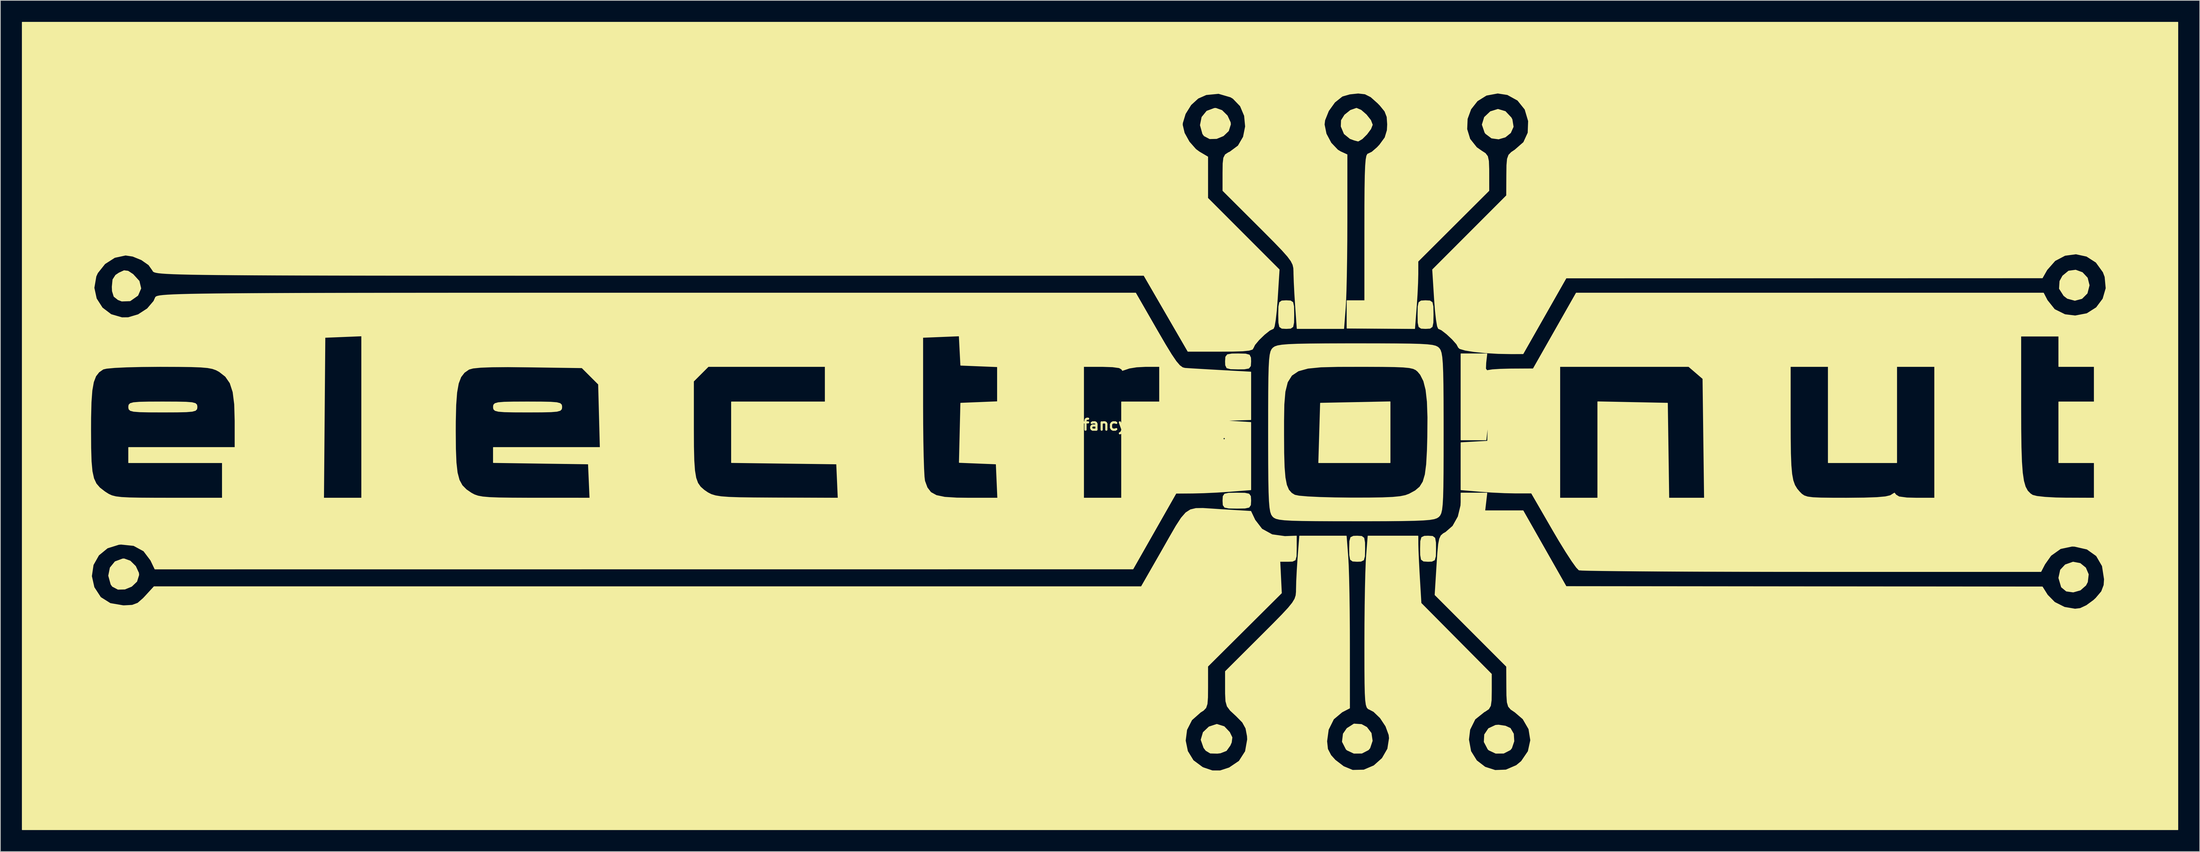
<source format=kicad_pcb>
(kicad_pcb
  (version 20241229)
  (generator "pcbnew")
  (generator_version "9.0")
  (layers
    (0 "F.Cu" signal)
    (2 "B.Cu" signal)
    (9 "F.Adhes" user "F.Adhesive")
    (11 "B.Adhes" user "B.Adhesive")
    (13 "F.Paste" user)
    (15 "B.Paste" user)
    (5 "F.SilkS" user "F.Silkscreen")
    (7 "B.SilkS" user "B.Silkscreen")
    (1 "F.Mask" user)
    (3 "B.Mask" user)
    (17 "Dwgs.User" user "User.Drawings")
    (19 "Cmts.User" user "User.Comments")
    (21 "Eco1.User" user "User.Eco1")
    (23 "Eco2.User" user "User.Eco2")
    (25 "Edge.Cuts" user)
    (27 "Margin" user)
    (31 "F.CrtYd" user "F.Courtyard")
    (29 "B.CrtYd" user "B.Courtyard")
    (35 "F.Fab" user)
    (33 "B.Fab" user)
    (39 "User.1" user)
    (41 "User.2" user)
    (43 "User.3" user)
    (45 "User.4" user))
  (footprint "logo-fancy-sm"
    (layer "F.Cu")
    (at 149.981 56.142)
    (property "Reference" "logo-fancy-sm" (at 0 0 0) (layer "F.SilkS") (effects (font (size 1.524 1.524) (thickness 0.3))))
    (attr through_hole)
    (fp_poly (pts (xy 40.569 5.292) (xy 35.598 5.292) (xy 30.627 5.292) (xy 30.751 1.147) (xy 30.875 -2.999) (xy 35.722 -3.097) (xy 40.569 -3.195) (xy 40.569 1.048) (xy 40.569 5.292)) (stroke (width 0.1) (type solid)) (fill yes) (layer "F.SilkS"))
    (fp_poly (pts (xy 137.936 -19.432) (xy 137.65 -18.32) (xy 136.922 -17.593) (xy 135.942 -17.33) (xy 134.904 -17.609) (xy 134.408 -17.992) (xy 133.788 -18.966) (xy 133.855 -20.008) (xy 134.252 -20.735) (xy 135.073 -21.41) (xy 136.049 -21.542) (xy 136.983 -21.202) (xy 137.677 -20.459) (xy 137.936 -19.432)) (stroke (width 0.1) (type solid)) (fill yes) (layer "F.SilkS"))
    (fp_poly (pts (xy 38.087 44.052) (xy 37.752 45.055) (xy 37.546 45.307) (xy 36.633 45.778) (xy 35.533 45.787) (xy 34.58 45.342) (xy 34.451 45.216) (xy 33.923 44.179) (xy 34.055 43.082) (xy 34.572 42.333) (xy 35.547 41.713) (xy 36.588 41.78) (xy 37.316 42.177) (xy 37.934 42.992) (xy 38.087 44.052)) (stroke (width 0.1) (type solid)) (fill yes) (layer "F.SilkS"))
    (fp_poly (pts (xy 57.718 -41.527) (xy 57.345 -40.688) (xy 56.607 -40.094) (xy 55.674 -39.823) (xy 54.712 -39.956) (xy 53.889 -40.573) (xy 53.777 -40.729) (xy 53.404 -41.822) (xy 53.716 -42.844) (xy 54.545 -43.627) (xy 55.594 -43.952) (xy 56.613 -43.65) (xy 57.425 -42.788) (xy 57.558 -42.529) (xy 57.718 -41.527)) (stroke (width 0.1) (type solid)) (fill yes) (layer "F.SilkS"))
    (fp_poly (pts (xy 137.818 20.857) (xy 137.696 21.914) (xy 137.457 22.374) (xy 136.697 23.042) (xy 135.712 23.319) (xy 134.756 23.187) (xy 134.084 22.631) (xy 134.068 22.601) (xy 133.702 21.351) (xy 133.944 20.244) (xy 134.612 19.529) (xy 135.692 19.15) (xy 136.678 19.337) (xy 137.433 19.952) (xy 137.818 20.857)) (stroke (width 0.1) (type solid)) (fill yes) (layer "F.SilkS"))
    (fp_poly (pts (xy -133.703 20.936) (xy -133.986 21.841) (xy -134.7 22.522) (xy -135.638 22.91) (xy -136.596 22.936) (xy -137.369 22.529) (xy -137.571 22.248) (xy -137.903 21.044) (xy -137.682 19.934) (xy -137 19.096) (xy -135.947 18.706) (xy -135.741 18.697) (xy -134.902 19) (xy -134.155 19.738) (xy -133.732 20.656) (xy -133.703 20.936)) (stroke (width 0.1) (type solid)) (fill yes) (layer "F.SilkS"))
    (fp_poly (pts (xy 18.344 -41.859) (xy 18.061 -40.954) (xy 17.348 -40.272) (xy 16.409 -39.884) (xy 15.451 -39.859) (xy 14.678 -40.266) (xy 14.476 -40.546) (xy 14.144 -41.751) (xy 14.365 -42.86) (xy 15.047 -43.698) (xy 16.1 -44.088) (xy 16.306 -44.097) (xy 17.145 -43.794) (xy 17.892 -43.056) (xy 18.316 -42.139) (xy 18.344 -41.859)) (stroke (width 0.1) (type solid)) (fill yes) (layer "F.SilkS"))
    (fp_poly (pts (xy 18.553 43.587) (xy 18.466 44.271) (xy 18.282 44.696) (xy 17.761 45.42) (xy 16.946 45.741) (xy 16.511 45.793) (xy 15.538 45.769) (xy 14.924 45.401) (xy 14.632 45.016) (xy 14.248 43.911) (xy 14.55 42.885) (xy 15.355 42.118) (xy 16.436 41.761) (xy 17.457 42.081) (xy 18.206 42.87) (xy 18.553 43.587)) (stroke (width 0.1) (type solid)) (fill yes) (layer "F.SilkS"))
    (fp_poly (pts (xy 57.815 44.112) (xy 57.497 45.061) (xy 57.301 45.307) (xy 56.389 45.778) (xy 55.288 45.787) (xy 54.335 45.342) (xy 54.206 45.216) (xy 53.676 44.206) (xy 53.732 43.187) (xy 54.29 42.353) (xy 55.265 41.897) (xy 55.67 41.863) (xy 56.633 42.006) (xy 57.308 42.318) (xy 57.752 43.086) (xy 57.815 44.112)) (stroke (width 0.1) (type solid)) (fill yes) (layer "F.SilkS"))
    (fp_poly (pts (xy -133.419 -18.999) (xy -133.828 -18.049) (xy -133.874 -17.998) (xy -134.914 -17.268) (xy -136.067 -17.229) (xy -136.583 -17.426) (xy -137.152 -17.877) (xy -137.382 -18.625) (xy -137.407 -19.223) (xy -137.309 -20.226) (xy -136.919 -20.832) (xy -136.453 -21.146) (xy -135.748 -21.468) (xy -135.198 -21.398) (xy -134.513 -20.948) (xy -133.657 -20.009) (xy -133.419 -18.999)) (stroke (width 0.1) (type solid)) (fill yes) (layer "F.SilkS"))
    (fp_poly (pts (xy 21.167 -8.819) (xy 21.128 -8.193) (xy 20.891 -7.881) (xy 20.274 -7.773) (xy 19.403 -7.761) (xy 18.359 -7.784) (xy 17.838 -7.926) (xy 17.659 -8.297) (xy 17.639 -8.819) (xy 17.677 -9.446) (xy 17.914 -9.758) (xy 18.532 -9.866) (xy 19.403 -9.878) (xy 20.447 -9.855) (xy 20.968 -9.712) (xy 21.147 -9.342) (xy 21.167 -8.819)) (stroke (width 0.1) (type solid)) (fill yes) (layer "F.SilkS"))
    (fp_poly (pts (xy 37.042 17.286) (xy 37.019 18.33) (xy 36.876 18.851) (xy 36.506 19.03) (xy 35.983 19.05) (xy 35.357 19.011) (xy 35.044 18.775) (xy 34.937 18.157) (xy 34.925 17.286) (xy 34.948 16.242) (xy 35.09 15.721) (xy 35.461 15.542) (xy 35.983 15.522) (xy 36.61 15.561) (xy 36.922 15.798) (xy 37.03 16.415) (xy 37.042 17.286)) (stroke (width 0.1) (type solid)) (fill yes) (layer "F.SilkS"))
    (fp_poly (pts (xy 46.919 17.286) (xy 46.896 18.33) (xy 46.754 18.851) (xy 46.384 19.03) (xy 45.861 19.05) (xy 45.235 19.011) (xy 44.922 18.775) (xy 44.815 18.157) (xy 44.803 17.286) (xy 44.826 16.242) (xy 44.968 15.721) (xy 45.338 15.542) (xy 45.861 15.522) (xy 46.488 15.561) (xy 46.8 15.798) (xy 46.908 16.415) (xy 46.919 17.286)) (stroke (width 0.1) (type solid)) (fill yes) (layer "F.SilkS"))
    (fp_poly (pts (xy 38.1 -41.804) (xy 37.872 -41.226) (xy 37.33 -40.496) (xy 36.686 -39.853) (xy 36.152 -39.537) (xy 36.088 -39.533) (xy 35.57 -39.671) (xy 35.005 -39.878) (xy 34.184 -40.547) (xy 33.756 -41.573) (xy 33.787 -42.419) (xy 34.252 -43.165) (xy 35.058 -43.81) (xy 35.878 -44.097) (xy 35.901 -44.097) (xy 36.526 -43.83) (xy 37.258 -43.191) (xy 37.861 -42.428) (xy 38.1 -41.804)) (stroke (width 0.1) (type solid)) (fill yes) (layer "F.SilkS"))
    (fp_poly (pts (xy 21.167 10.583) (xy 21.134 11.188) (xy 20.921 11.503) (xy 20.352 11.623) (xy 19.256 11.642) (xy 19.226 11.642) (xy 18.117 11.624) (xy 17.54 11.507) (xy 17.321 11.198) (xy 17.286 10.6) (xy 17.286 10.583) (xy 17.319 9.978) (xy 17.532 9.663) (xy 18.1 9.544) (xy 19.197 9.525) (xy 19.226 9.525) (xy 20.336 9.543) (xy 20.913 9.659) (xy 21.132 9.969) (xy 21.167 10.567) (xy 21.167 10.583)) (stroke (width 0.1) (type solid)) (fill yes) (layer "F.SilkS"))
    (fp_poly (pts (xy 27.164 -15.346) (xy 27.146 -14.237) (xy 27.03 -13.659) (xy 26.72 -13.44) (xy 26.122 -13.406) (xy 26.106 -13.406) (xy 25.501 -13.438) (xy 25.186 -13.652) (xy 25.066 -14.22) (xy 25.047 -15.316) (xy 25.047 -15.346) (xy 25.065 -16.455) (xy 25.181 -17.032) (xy 25.491 -17.252) (xy 26.089 -17.286) (xy 26.106 -17.286) (xy 26.711 -17.254) (xy 27.026 -17.04) (xy 27.145 -16.472) (xy 27.164 -15.376) (xy 27.164 -15.346)) (stroke (width 0.1) (type solid)) (fill yes) (layer "F.SilkS"))
    (fp_poly (pts (xy 46.567 -15.346) (xy 46.549 -14.237) (xy 46.432 -13.659) (xy 46.123 -13.44) (xy 45.525 -13.406) (xy 45.508 -13.406) (xy 44.903 -13.438) (xy 44.588 -13.652) (xy 44.469 -14.22) (xy 44.45 -15.316) (xy 44.45 -15.346) (xy 44.468 -16.455) (xy 44.584 -17.032) (xy 44.894 -17.252) (xy 45.492 -17.286) (xy 45.508 -17.286) (xy 46.113 -17.254) (xy 46.428 -17.04) (xy 46.548 -16.472) (xy 46.567 -15.376) (xy 46.567 -15.346)) (stroke (width 0.1) (type solid)) (fill yes) (layer "F.SilkS"))
    (fp_poly (pts (xy -125.589 -2.469) (xy -125.627 -2.186) (xy -125.813 -1.991) (xy -126.26 -1.867) (xy -127.076 -1.799) (xy -128.372 -1.77) (xy -130.258 -1.764) (xy -130.351 -1.764) (xy -132.265 -1.769) (xy -133.584 -1.797) (xy -134.417 -1.863) (xy -134.877 -1.984) (xy -135.072 -2.176) (xy -135.114 -2.456) (xy -135.114 -2.469) (xy -135.076 -2.753) (xy -134.889 -2.948) (xy -134.443 -3.072) (xy -133.627 -3.14) (xy -132.331 -3.169) (xy -130.444 -3.175) (xy -130.351 -3.175) (xy -128.438 -3.169) (xy -127.119 -3.142) (xy -126.285 -3.076) (xy -125.826 -2.955) (xy -125.631 -2.763) (xy -125.589 -2.483) (xy -125.589 -2.469)) (stroke (width 0.1) (type solid)) (fill yes) (layer "F.SilkS"))
    (fp_poly (pts (xy -74.789 -2.469) (xy -74.827 -2.186) (xy -75.013 -1.991) (xy -75.46 -1.867) (xy -76.276 -1.799) (xy -77.572 -1.77) (xy -79.458 -1.764) (xy -79.551 -1.764) (xy -81.465 -1.769) (xy -82.784 -1.797) (xy -83.617 -1.863) (xy -84.077 -1.984) (xy -84.272 -2.176) (xy -84.314 -2.456) (xy -84.314 -2.469) (xy -84.276 -2.753) (xy -84.089 -2.948) (xy -83.643 -3.072) (xy -82.827 -3.14) (xy -81.531 -3.169) (xy -79.644 -3.175) (xy -79.551 -3.175) (xy -77.638 -3.169) (xy -76.319 -3.142) (xy -75.485 -3.076) (xy -75.026 -2.955) (xy -74.831 -2.763) (xy -74.789 -2.483) (xy -74.789 -2.469)) (stroke (width 0.1) (type solid)) (fill yes) (layer "F.SilkS"))
    (fp_poly (pts (xy 47.978 1.12) (xy 47.975 4.228) (xy 47.965 6.706) (xy 47.943 8.631) (xy 47.906 10.079) (xy 47.847 11.126) (xy 47.765 11.848) (xy 47.654 12.321) (xy 47.51 12.621) (xy 47.333 12.822) (xy 47.085 12.987) (xy 46.697 13.119) (xy 46.092 13.22) (xy 45.825 13.242) (xy 45.825 -1.04) (xy 45.75 -3.208) (xy 45.564 -4.86) (xy 45.252 -6.088) (xy 44.8 -6.984) (xy 44.431 -7.427) (xy 44.157 -7.657) (xy 43.791 -7.829) (xy 43.236 -7.951) (xy 42.395 -8.033) (xy 41.172 -8.082) (xy 39.468 -8.106) (xy 37.187 -8.114) (xy 36.319 -8.114) (xy 33.315 -8.109) (xy 30.942 -8.05) (xy 29.125 -7.87) (xy 27.791 -7.501) (xy 26.865 -6.879) (xy 26.273 -5.934) (xy 25.94 -4.601) (xy 25.791 -2.814) (xy 25.753 -0.504) (xy 25.753 1.377) (xy 25.769 3.954) (xy 25.829 5.921) (xy 25.949 7.369) (xy 26.147 8.393) (xy 26.441 9.087) (xy 26.846 9.545) (xy 27.292 9.818) (xy 27.894 9.94) (xy 29.097 10.045) (xy 30.796 10.128) (xy 32.889 10.184) (xy 35.048 10.207) (xy 37.581 10.205) (xy 39.511 10.177) (xy 40.94 10.115) (xy 41.971 10.013) (xy 42.707 9.864) (xy 43.229 9.671) (xy 44.082 9.209) (xy 44.714 8.673) (xy 45.161 7.954) (xy 45.46 6.942) (xy 45.644 5.527) (xy 45.752 3.599) (xy 45.803 1.736) (xy 45.825 -1.04) (xy 45.825 13.242) (xy 45.196 13.294) (xy 43.931 13.346) (xy 42.221 13.38) (xy 39.991 13.398) (xy 37.165 13.405) (xy 35.746 13.406) (xy 32.665 13.403) (xy 30.212 13.393) (xy 28.312 13.37) (xy 26.887 13.332) (xy 25.86 13.272) (xy 25.155 13.187) (xy 24.695 13.074) (xy 24.403 12.926) (xy 24.22 12.76) (xy 24.056 12.514) (xy 23.925 12.129) (xy 23.824 11.529) (xy 23.749 10.639) (xy 23.697 9.383) (xy 23.663 7.687) (xy 23.645 5.474) (xy 23.637 2.669) (xy 23.636 0.997) (xy 23.639 -2.111) (xy 23.649 -4.589) (xy 23.67 -6.515) (xy 23.708 -7.963) (xy 23.766 -9.01) (xy 23.849 -9.731) (xy 23.96 -10.204) (xy 24.104 -10.505) (xy 24.281 -10.705) (xy 24.529 -10.871) (xy 24.917 -11.002) (xy 25.521 -11.103) (xy 26.418 -11.178) (xy 27.683 -11.23) (xy 29.392 -11.263) (xy 31.623 -11.281) (xy 34.449 -11.288) (xy 35.868 -11.289) (xy 38.949 -11.286) (xy 41.401 -11.276) (xy 43.302 -11.254) (xy 44.727 -11.215) (xy 45.753 -11.155) (xy 46.458 -11.071) (xy 46.919 -10.957) (xy 47.211 -10.809) (xy 47.394 -10.644) (xy 47.558 -10.398) (xy 47.689 -10.012) (xy 47.79 -9.412) (xy 47.865 -8.522) (xy 47.917 -7.267) (xy 47.951 -5.57) (xy 47.969 -3.357) (xy 47.977 -0.552) (xy 47.978 1.12)) (stroke (width 0.1) (type solid)) (fill yes) (layer "F.SilkS"))
    (fp_poly (pts (xy 150.283 56.444) (xy 140.285 56.444) (xy 140.285 -19.018) (xy 140.138 -20.609) (xy 139.885 -21.276) (xy 138.9 -22.638) (xy 137.583 -23.482) (xy 136.088 -23.804) (xy 134.567 -23.601) (xy 133.172 -22.867) (xy 132.056 -21.599) (xy 131.993 -21.491) (xy 131.41 -20.466) (xy 98.249 -20.459) (xy 65.088 -20.452) (xy 62.089 -15.174) (xy 59.09 -9.895) (xy 57.503 -9.888) (xy 55.637 -9.922) (xy 53.849 -10.026) (xy 52.27 -10.186) (xy 51.033 -10.385) (xy 50.273 -10.608) (xy 50.094 -10.775) (xy 49.845 -11.239) (xy 49.233 -11.928) (xy 48.464 -12.647) (xy 47.744 -13.204) (xy 47.302 -13.406) (xy 47.165 -13.735) (xy 47.014 -14.631) (xy 46.867 -15.955) (xy 46.748 -17.509) (xy 46.491 -21.612) (xy 51.644 -26.773) (xy 56.797 -31.935) (xy 56.811 -34.753) (xy 56.829 -36.161) (xy 56.907 -37.044) (xy 57.102 -37.584) (xy 57.473 -37.962) (xy 57.947 -38.277) (xy 59.173 -39.347) (xy 59.785 -40.681) (xy 59.845 -42.321) (xy 59.362 -43.953) (xy 58.346 -45.218) (xy 56.92 -46.005) (xy 55.562 -46.214) (xy 53.978 -45.92) (xy 52.716 -45.133) (xy 51.816 -43.989) (xy 51.318 -42.628) (xy 51.259 -41.189) (xy 51.68 -39.809) (xy 52.618 -38.629) (xy 53.292 -38.157) (xy 53.833 -37.806) (xy 54.142 -37.397) (xy 54.284 -36.736) (xy 54.324 -35.631) (xy 54.326 -35.097) (xy 54.328 -32.622) (xy 49.389 -27.693) (xy 44.45 -22.764) (xy 44.448 -20.995) (xy 44.418 -19.76) (xy 44.341 -18.149) (xy 44.232 -16.488) (xy 44.219 -16.314) (xy 43.992 -13.401) (xy 39.282 -13.429) (xy 34.572 -13.456) (xy 34.572 -15.371) (xy 34.572 -17.286) (xy 35.807 -17.286) (xy 37.042 -17.286) (xy 37.042 -27.517) (xy 37.046 -30.534) (xy 37.063 -32.915) (xy 37.095 -34.73) (xy 37.146 -36.048) (xy 37.218 -36.938) (xy 37.315 -37.469) (xy 37.442 -37.711) (xy 37.534 -37.747) (xy 38.046 -37.995) (xy 38.772 -38.622) (xy 39.122 -38.994) (xy 39.864 -40.012) (xy 40.174 -41.034) (xy 40.217 -41.858) (xy 40.146 -42.902) (xy 39.841 -43.689) (xy 39.165 -44.52) (xy 38.847 -44.844) (xy 37.896 -45.692) (xy 37.085 -46.102) (xy 36.144 -46.209) (xy 36.113 -46.209) (xy 34.963 -46.089) (xy 33.964 -45.803) (xy 33.877 -45.763) (xy 32.856 -44.947) (xy 31.994 -43.744) (xy 31.473 -42.444) (xy 31.399 -41.84) (xy 31.665 -40.539) (xy 32.346 -39.26) (xy 33.273 -38.285) (xy 33.689 -38.036) (xy 34.572 -37.634) (xy 34.57 -28.43) (xy 34.561 -25.763) (xy 34.535 -23.161) (xy 34.496 -20.759) (xy 34.446 -18.692) (xy 34.387 -17.098) (xy 34.341 -16.316) (xy 34.115 -13.406) (xy 30.869 -13.406) (xy 27.622 -13.406) (xy 27.393 -16.635) (xy 27.288 -18.274) (xy 27.209 -19.828) (xy 27.167 -21.031) (xy 27.164 -21.314) (xy 27.143 -21.831) (xy 27.035 -22.307) (xy 26.776 -22.824) (xy 26.301 -23.467) (xy 25.543 -24.321) (xy 24.438 -25.47) (xy 22.921 -26.998) (xy 22.225 -27.693) (xy 17.286 -32.622) (xy 17.286 -35.099) (xy 17.303 -36.404) (xy 17.395 -37.186) (xy 17.623 -37.627) (xy 18.049 -37.909) (xy 18.265 -38.008) (xy 19.416 -38.864) (xy 20.139 -40.108) (xy 20.431 -41.565) (xy 20.291 -43.061) (xy 19.717 -44.421) (xy 18.707 -45.47) (xy 18.356 -45.679) (xy 16.684 -46.167) (xy 14.959 -46) (xy 13.825 -45.499) (xy 12.83 -44.589) (xy 12.047 -43.333) (xy 11.657 -42.042) (xy 11.642 -41.781) (xy 11.908 -40.651) (xy 12.587 -39.423) (xy 13.502 -38.381) (xy 13.998 -38.016) (xy 15.169 -37.325) (xy 15.169 -34.454) (xy 15.169 -31.582) (xy 20.146 -26.597) (xy 25.123 -21.612) (xy 24.866 -17.509) (xy 24.742 -15.902) (xy 24.595 -14.591) (xy 24.444 -13.713) (xy 24.312 -13.406) (xy 23.803 -13.165) (xy 23.065 -12.577) (xy 22.302 -11.837) (xy 21.72 -11.142) (xy 21.519 -10.723) (xy 21.39 -10.515) (xy 20.934 -10.372) (xy 20.056 -10.284) (xy 18.654 -10.241) (xy 16.966 -10.231) (xy 12.413 -10.231) (xy 9.349 -15.522) (xy 6.285 -20.814) (xy -62.627 -20.814) (xy -70.82 -20.814) (xy -78.337 -20.814) (xy -85.206 -20.816) (xy -91.458 -20.818) (xy -97.121 -20.821) (xy -102.225 -20.826) (xy -106.798 -20.833) (xy -110.871 -20.842) (xy -114.472 -20.853) (xy -117.63 -20.867) (xy -120.376 -20.884) (xy -122.737 -20.904) (xy -124.743 -20.928) (xy -126.424 -20.956) (xy -127.809 -20.988) (xy -128.926 -21.025) (xy -129.806 -21.066) (xy -130.477 -21.112) (xy -130.969 -21.163) (xy -131.31 -21.221) (xy -131.531 -21.284) (xy -131.66 -21.353) (xy -131.727 -21.429) (xy -131.757 -21.502) (xy -132.312 -22.283) (xy -133.322 -22.99) (xy -134.542 -23.486) (xy -135.544 -23.636) (xy -137.059 -23.31) (xy -138.429 -22.433) (xy -139.444 -21.157) (xy -139.663 -20.679) (xy -139.938 -19.078) (xy -139.611 -17.569) (xy -138.786 -16.284) (xy -137.564 -15.355) (xy -136.048 -14.914) (xy -135.175 -14.922) (xy -133.778 -15.336) (xy -132.509 -16.158) (xy -131.607 -17.215) (xy -131.39 -17.701) (xy -131.347 -17.778) (xy -131.248 -17.849) (xy -131.065 -17.913) (xy -130.768 -17.972) (xy -130.328 -18.025) (xy -129.716 -18.072) (xy -128.902 -18.115) (xy -127.856 -18.153) (xy -126.55 -18.187) (xy -124.954 -18.216) (xy -123.039 -18.242) (xy -120.775 -18.264) (xy -118.134 -18.282) (xy -115.086 -18.298) (xy -111.601 -18.311) (xy -107.65 -18.321) (xy -103.204 -18.329) (xy -98.233 -18.335) (xy -92.709 -18.339) (xy -86.601 -18.342) (xy -79.881 -18.343) (xy -72.52 -18.344) (xy -64.487 -18.344) (xy -63.026 -18.344) (xy 5.134 -18.344) (xy 8.123 -13.141) (xy 9.257 -11.192) (xy 10.118 -9.781) (xy 10.767 -8.826) (xy 11.265 -8.243) (xy 11.673 -7.95) (xy 11.994 -7.866) (xy 12.691 -7.818) (xy 13.913 -7.744) (xy 15.48 -7.653) (xy 17.022 -7.566) (xy 21.167 -7.339) (xy 21.167 -4.022) (xy 21.167 -0.706) (xy 19.138 -0.639) (xy 17.11 -0.572) (xy 19.138 -0.445) (xy 21.167 -0.318) (xy 21.167 4.375) (xy 21.167 9.068) (xy 18.256 9.294) (xy 17.639 9.335) (xy 17.639 1.94) (xy 17.462 1.764) (xy 17.286 1.94) (xy 17.462 2.117) (xy 17.639 1.94) (xy 17.639 9.335) (xy 16.499 9.409) (xy 14.651 9.495) (xy 13.1 9.534) (xy 13.053 9.535) (xy 10.76 9.548) (xy 8.467 13.583) (xy 8.467 -3.175) (xy 8.467 -5.644) (xy 8.467 -8.114) (xy 6.503 -8.114) (xy 5.276 -8.05) (xy 4.257 -7.886) (xy 3.857 -7.749) (xy 3.296 -7.564) (xy 3.175 -7.749) (xy 2.843 -7.941) (xy 1.923 -8.068) (xy 0.532 -8.114) (xy 0.529 -8.114) (xy -2.117 -8.114) (xy -2.117 1.058) (xy -2.117 10.231) (xy 0.529 10.231) (xy 3.175 10.231) (xy 3.175 3.528) (xy 3.175 -3.175) (xy 5.821 -3.175) (xy 8.467 -3.175) (xy 8.467 13.583) (xy 7.761 14.825) (xy 4.763 20.101) (xy -14.079 20.102) (xy -14.079 10.231) (xy -14.183 7.849) (xy -14.287 5.468) (xy -16.856 5.364) (xy -19.425 5.26) (xy -19.326 1.131) (xy -19.226 -2.999) (xy -16.669 -3.102) (xy -14.111 -3.206) (xy -14.111 -5.644) (xy -14.111 -8.083) (xy -16.669 -8.187) (xy -19.226 -8.29) (xy -19.333 -10.334) (xy -19.439 -12.377) (xy -21.978 -12.274) (xy -24.518 -12.171) (xy -24.518 -2.646) (xy -24.508 -0.074) (xy -24.481 2.307) (xy -24.438 4.392) (xy -24.383 6.08) (xy -24.319 7.266) (xy -24.249 7.84) (xy -23.903 8.776) (xy -23.399 9.435) (xy -22.62 9.864) (xy -21.45 10.108) (xy -19.774 10.214) (xy -18.262 10.231) (xy -14.079 10.231) (xy -14.079 20.102) (xy -36.304 20.103) (xy -36.304 10.231) (xy -36.408 7.849) (xy -36.513 5.468) (xy -43.833 5.373) (xy -51.153 5.277) (xy -51.153 1.051) (xy -51.153 -3.175) (xy -44.626 -3.175) (xy -38.1 -3.175) (xy -38.1 -5.644) (xy -38.1 -8.114) (xy -46.241 -8.114) (xy -54.382 -8.114) (xy -55.413 -7.083) (xy -56.444 -6.051) (xy -56.444 0.525) (xy -56.433 3.05) (xy -56.386 4.972) (xy -56.286 6.393) (xy -56.115 7.415) (xy -55.853 8.14) (xy -55.484 8.67) (xy -54.988 9.108) (xy -54.901 9.172) (xy -54.444 9.484) (xy -53.97 9.724) (xy -53.386 9.902) (xy -52.595 10.029) (xy -51.503 10.112) (xy -50.015 10.163) (xy -48.037 10.19) (xy -45.472 10.203) (xy -44.698 10.206) (xy -36.304 10.231) (xy -36.304 20.103) (xy -63.346 20.105) (xy -69.44 20.105) (xy -69.44 3.175) (xy -69.557 -1.229) (xy -69.674 -5.633) (xy -70.826 -6.785) (xy -71.979 -7.938) (xy -79.454 -8.046) (xy -82.295 -8.072) (xy -84.486 -8.056) (xy -86.083 -7.996) (xy -87.14 -7.89) (xy -87.713 -7.735) (xy -87.723 -7.73) (xy -88.364 -7.283) (xy -88.847 -6.658) (xy -89.19 -5.759) (xy -89.416 -4.49) (xy -89.546 -2.754) (xy -89.6 -0.456) (xy -89.606 0.865) (xy -89.586 3.367) (xy -89.51 5.272) (xy -89.35 6.686) (xy -89.078 7.716) (xy -88.667 8.471) (xy -88.089 9.056) (xy -87.384 9.539) (xy -86.956 9.767) (xy -86.455 9.939) (xy -85.781 10.062) (xy -84.831 10.145) (xy -83.506 10.195) (xy -81.704 10.22) (xy -79.325 10.229) (xy -78.565 10.229) (xy -70.876 10.231) (xy -70.98 7.849) (xy -71.085 5.468) (xy -77.699 5.372) (xy -84.314 5.276) (xy -84.314 4.226) (xy -84.314 3.175) (xy -76.877 3.175) (xy -69.44 3.175) (xy -69.44 20.105) (xy -102.658 20.107) (xy -102.658 10.231) (xy -102.658 -1.074) (xy -102.658 -12.378) (xy -105.216 -12.274) (xy -107.774 -12.171) (xy -107.867 -0.97) (xy -107.96 10.231) (xy -105.309 10.231) (xy -102.658 10.231) (xy -102.658 20.107) (xy -120.297 20.108) (xy -120.297 3.175) (xy -120.297 -0.54) (xy -120.361 -2.835) (xy -120.578 -4.552) (xy -120.987 -5.811) (xy -121.624 -6.729) (xy -122.481 -7.399) (xy -122.931 -7.642) (xy -123.442 -7.823) (xy -124.121 -7.951) (xy -125.074 -8.034) (xy -126.407 -8.083) (xy -128.227 -8.106) (xy -130.639 -8.113) (xy -130.816 -8.113) (xy -133.278 -8.095) (xy -135.387 -8.044) (xy -137.052 -7.965) (xy -138.182 -7.86) (xy -138.661 -7.751) (xy -139.252 -7.343) (xy -139.696 -6.772) (xy -140.012 -5.943) (xy -140.221 -4.759) (xy -140.341 -3.123) (xy -140.394 -0.941) (xy -140.4 0.776) (xy -140.385 3.242) (xy -140.328 5.111) (xy -140.202 6.493) (xy -139.981 7.494) (xy -139.64 8.226) (xy -139.151 8.795) (xy -138.489 9.31) (xy -138.32 9.426) (xy -137.896 9.693) (xy -137.453 9.893) (xy -136.89 10.036) (xy -136.102 10.131) (xy -134.987 10.189) (xy -133.442 10.219) (xy -131.365 10.229) (xy -129.594 10.231) (xy -122.061 10.231) (xy -122.061 7.761) (xy -122.061 5.292) (xy -128.588 5.292) (xy -135.114 5.292) (xy -135.114 4.233) (xy -135.114 3.175) (xy -127.706 3.175) (xy -120.297 3.175) (xy -120.297 20.108) (xy -131.455 20.108) (xy -132.037 18.89) (xy -133.013 17.594) (xy -134.411 16.837) (xy -136.161 16.655) (xy -136.484 16.683) (xy -138.07 17.178) (xy -139.286 18.175) (xy -140.052 19.531) (xy -140.284 21.104) (xy -139.934 22.67) (xy -139.023 24.066) (xy -137.677 24.914) (xy -135.881 25.222) (xy -135.72 25.224) (xy -134.61 25.161) (xy -133.84 24.873) (xy -133.081 24.212) (xy -132.789 23.901) (xy -131.577 22.578) (xy -62.827 22.578) (xy 5.922 22.578) (xy 8.679 17.764) (xy 9.864 15.677) (xy 10.767 14.115) (xy 11.488 13.004) (xy 12.123 12.275) (xy 12.771 11.855) (xy 13.53 11.673) (xy 14.498 11.659) (xy 15.774 11.74) (xy 16.868 11.814) (xy 21.171 12.073) (xy 21.745 13.284) (xy 22.714 14.546) (xy 24.14 15.33) (xy 25.915 15.576) (xy 26.016 15.573) (xy 27.517 15.517) (xy 27.517 17.283) (xy 27.496 18.328) (xy 27.355 18.85) (xy 26.975 19.029) (xy 26.37 19.049) (xy 25.224 19.049) (xy 25.331 21.254) (xy 25.438 23.46) (xy 20.304 28.57) (xy 15.169 33.681) (xy 15.169 36.576) (xy 15.157 38.009) (xy 15.088 38.909) (xy 14.91 39.449) (xy 14.576 39.803) (xy 14.159 40.068) (xy 12.946 41.142) (xy 12.247 42.513) (xy 12.055 44.022) (xy 12.36 45.505) (xy 13.154 46.802) (xy 14.43 47.749) (xy 14.559 47.808) (xy 15.821 48.234) (xy 16.91 48.235) (xy 18.172 47.823) (xy 19.55 46.894) (xy 20.421 45.534) (xy 20.717 43.864) (xy 20.69 43.392) (xy 20.484 42.31) (xy 20.018 41.465) (xy 19.126 40.559) (xy 19.084 40.522) (xy 18.322 39.815) (xy 17.89 39.235) (xy 17.694 38.541) (xy 17.641 37.495) (xy 17.639 36.813) (xy 17.639 34.386) (xy 22.578 29.457) (xy 24.264 27.77) (xy 25.514 26.495) (xy 26.395 25.546) (xy 26.97 24.837) (xy 27.305 24.282) (xy 27.465 23.797) (xy 27.515 23.293) (xy 27.519 22.935) (xy 27.548 21.797) (xy 27.625 20.263) (xy 27.732 18.64) (xy 27.747 18.433) (xy 27.974 15.522) (xy 31.221 15.522) (xy 34.468 15.522) (xy 34.694 18.433) (xy 34.758 19.608) (xy 34.814 21.352) (xy 34.862 23.526) (xy 34.897 25.994) (xy 34.918 28.617) (xy 34.923 30.418) (xy 34.925 39.493) (xy 33.873 40.037) (xy 32.697 41.026) (xy 31.97 42.489) (xy 31.75 44.115) (xy 31.867 45.208) (xy 32.319 46.081) (xy 32.922 46.751) (xy 34.091 47.643) (xy 35.321 48.152) (xy 35.384 48.164) (xy 36.913 48.128) (xy 38.322 47.529) (xy 39.476 46.5) (xy 40.238 45.176) (xy 40.472 43.691) (xy 40.417 43.219) (xy 39.976 42.017) (xy 39.205 40.854) (xy 38.291 39.976) (xy 37.732 39.683) (xy 37.521 39.586) (xy 37.359 39.393) (xy 37.238 39.02) (xy 37.152 38.386) (xy 37.096 37.408) (xy 37.064 36.004) (xy 37.048 34.092) (xy 37.044 31.589) (xy 37.044 30.403) (xy 37.053 27.754) (xy 37.079 25.167) (xy 37.119 22.78) (xy 37.17 20.731) (xy 37.229 19.157) (xy 37.272 18.433) (xy 37.499 15.522) (xy 40.975 15.522) (xy 44.45 15.522) (xy 44.454 16.669) (xy 44.477 17.518) (xy 44.535 18.851) (xy 44.617 20.446) (xy 44.669 21.343) (xy 44.88 24.871) (xy 49.78 29.814) (xy 54.681 34.757) (xy 54.681 37.125) (xy 54.661 38.4) (xy 54.556 39.164) (xy 54.298 39.611) (xy 53.82 39.937) (xy 53.675 40.013) (xy 52.396 41.036) (xy 51.675 42.487) (xy 51.506 43.881) (xy 51.806 45.519) (xy 52.615 46.82) (xy 53.794 47.726) (xy 55.204 48.179) (xy 56.704 48.123) (xy 58.157 47.499) (xy 58.858 46.921) (xy 59.806 45.528) (xy 60.146 43.973) (xy 59.897 42.412) (xy 59.08 41.002) (xy 57.957 40.04) (xy 57.394 39.661) (xy 57.057 39.27) (xy 56.886 38.686) (xy 56.823 37.727) (xy 56.811 36.517) (xy 56.797 33.699) (xy 51.814 28.707) (xy 46.83 23.714) (xy 47.086 19.609) (xy 47.203 17.853) (xy 47.314 16.667) (xy 47.457 15.917) (xy 47.667 15.469) (xy 47.98 15.188) (xy 48.318 14.999) (xy 49.308 14.136) (xy 50.05 12.814) (xy 50.424 11.268) (xy 50.447 10.795) (xy 50.447 9.525) (xy 52.25 9.525) (xy 54.052 9.525) (xy 53.908 10.76) (xy 53.764 11.994) (xy 56.428 11.994) (xy 59.093 11.994) (xy 62.09 17.274) (xy 65.088 22.554) (xy 98.249 22.58) (xy 131.41 22.605) (xy 132.121 23.738) (xy 133.121 24.755) (xy 134.497 25.447) (xy 135.968 25.697) (xy 136.692 25.61) (xy 137.561 25.204) (xy 138.545 24.485) (xy 138.874 24.18) (xy 139.657 23.253) (xy 139.997 22.357) (xy 140.053 21.537) (xy 139.768 19.687) (xy 138.946 18.271) (xy 138.642 18.054) (xy 138.642 10.231) (xy 138.642 7.761) (xy 138.642 5.292) (xy 136.172 5.292) (xy 133.703 5.292) (xy 133.703 1.058) (xy 133.703 -3.175) (xy 136.172 -3.175) (xy 138.642 -3.175) (xy 138.642 -5.644) (xy 138.642 -8.114) (xy 136.172 -8.114) (xy 133.703 -8.114) (xy 133.703 -10.231) (xy 133.703 -12.347) (xy 131.057 -12.347) (xy 128.411 -12.347) (xy 128.411 -2.635) (xy 128.42 0.565) (xy 128.454 3.135) (xy 128.523 5.153) (xy 128.636 6.694) (xy 128.805 7.835) (xy 129.038 8.653) (xy 129.347 9.224) (xy 129.741 9.623) (xy 130.054 9.831) (xy 130.658 9.985) (xy 131.795 10.111) (xy 133.29 10.194) (xy 134.673 10.22) (xy 138.642 10.231) (xy 138.642 18.054) (xy 137.639 17.339) (xy 135.897 16.943) (xy 135.532 16.933) (xy 133.945 17.268) (xy 132.6 18.225) (xy 131.746 19.434) (xy 131.215 20.461) (xy 116.417 20.461) (xy 116.417 10.231) (xy 116.417 1.058) (xy 116.417 -8.114) (xy 113.771 -8.114) (xy 111.125 -8.114) (xy 111.125 -1.411) (xy 111.125 5.292) (xy 106.362 5.292) (xy 101.6 5.292) (xy 101.6 -1.411) (xy 101.6 -8.114) (xy 98.954 -8.114) (xy 96.308 -8.114) (xy 96.308 -0.926) (xy 96.316 1.847) (xy 96.345 4.009) (xy 96.409 5.653) (xy 96.518 6.875) (xy 96.684 7.769) (xy 96.919 8.428) (xy 97.234 8.947) (xy 97.569 9.344) (xy 97.894 9.672) (xy 98.242 9.907) (xy 98.726 10.065) (xy 99.464 10.161) (xy 100.569 10.21) (xy 102.159 10.228) (xy 104.158 10.231) (xy 106.58 10.211) (xy 108.359 10.15) (xy 109.557 10.043) (xy 110.234 9.885) (xy 110.393 9.79) (xy 110.812 9.526) (xy 111.022 9.79) (xy 111.459 10.054) (xy 112.549 10.199) (xy 113.8 10.231) (xy 116.417 10.231) (xy 116.417 20.461) (xy 99.327 20.461) (xy 94.635 20.459) (xy 90.14 20.452) (xy 85.891 20.441) (xy 84.35 20.436) (xy 84.35 10.231) (xy 84.244 1.909) (xy 84.138 -6.412) (xy 83.148 -7.263) (xy 82.158 -8.114) (xy 73.182 -8.114) (xy 64.206 -8.114) (xy 64.206 1.058) (xy 64.206 10.231) (xy 66.851 10.231) (xy 69.497 10.231) (xy 69.497 3.518) (xy 69.497 -3.195) (xy 74.348 -3.097) (xy 79.199 -2.999) (xy 79.295 3.616) (xy 79.391 10.231) (xy 81.87 10.231) (xy 84.35 10.231) (xy 84.35 20.436) (xy 81.94 20.427) (xy 78.337 20.409) (xy 75.134 20.388) (xy 72.38 20.364) (xy 70.128 20.338) (xy 68.427 20.31) (xy 67.329 20.28) (xy 66.884 20.248) (xy 66.882 20.248) (xy 66.529 19.883) (xy 65.901 19.009) (xy 65.067 17.729) (xy 64.096 16.149) (xy 63.291 14.78) (xy 60.256 9.525) (xy 58.051 9.525) (xy 56.521 9.492) (xy 54.705 9.406) (xy 53.146 9.297) (xy 50.447 9.069) (xy 50.447 5.788) (xy 50.447 2.506) (xy 52.299 2.4) (xy 54.151 2.293) (xy 54.193 0.882) (xy 54.236 -0.529) (xy 54.084 0.794) (xy 53.932 2.117) (xy 52.19 2.117) (xy 50.447 2.117) (xy 50.447 -3.881) (xy 50.447 -9.878) (xy 52.25 -9.878) (xy 54.052 -9.878) (xy 53.907 -8.632) (xy 53.872 -7.805) (xy 54.061 -7.537) (xy 54.25 -7.574) (xy 54.816 -7.663) (xy 55.883 -7.732) (xy 57.246 -7.77) (xy 57.62 -7.773) (xy 60.501 -7.785) (xy 63.499 -13.065) (xy 66.496 -18.344) (xy 99.032 -18.344) (xy 131.568 -18.344) (xy 132.088 -17.338) (xy 133.109 -16.06) (xy 134.56 -15.341) (xy 135.989 -15.169) (xy 137.62 -15.479) (xy 138.938 -16.315) (xy 139.856 -17.541) (xy 140.285 -19.018) (xy 140.285 56.444) (xy 0.176 56.444) (xy -149.931 56.444) (xy -149.931 0.176) (xy -149.931 -56.092) (xy 0.176 -56.092) (xy 150.283 -56.092) (xy 150.283 0.176) (xy 150.283 56.444)) (stroke (width 0.1) (type solid)) (fill yes) (layer "F.SilkS")))
  (gr_rect
    (start -3 -3)
    (end 303.314 115.636)
    (stroke (width 0.1) (type default))
    (fill no)
    (layer "Edge.Cuts")))
</source>
